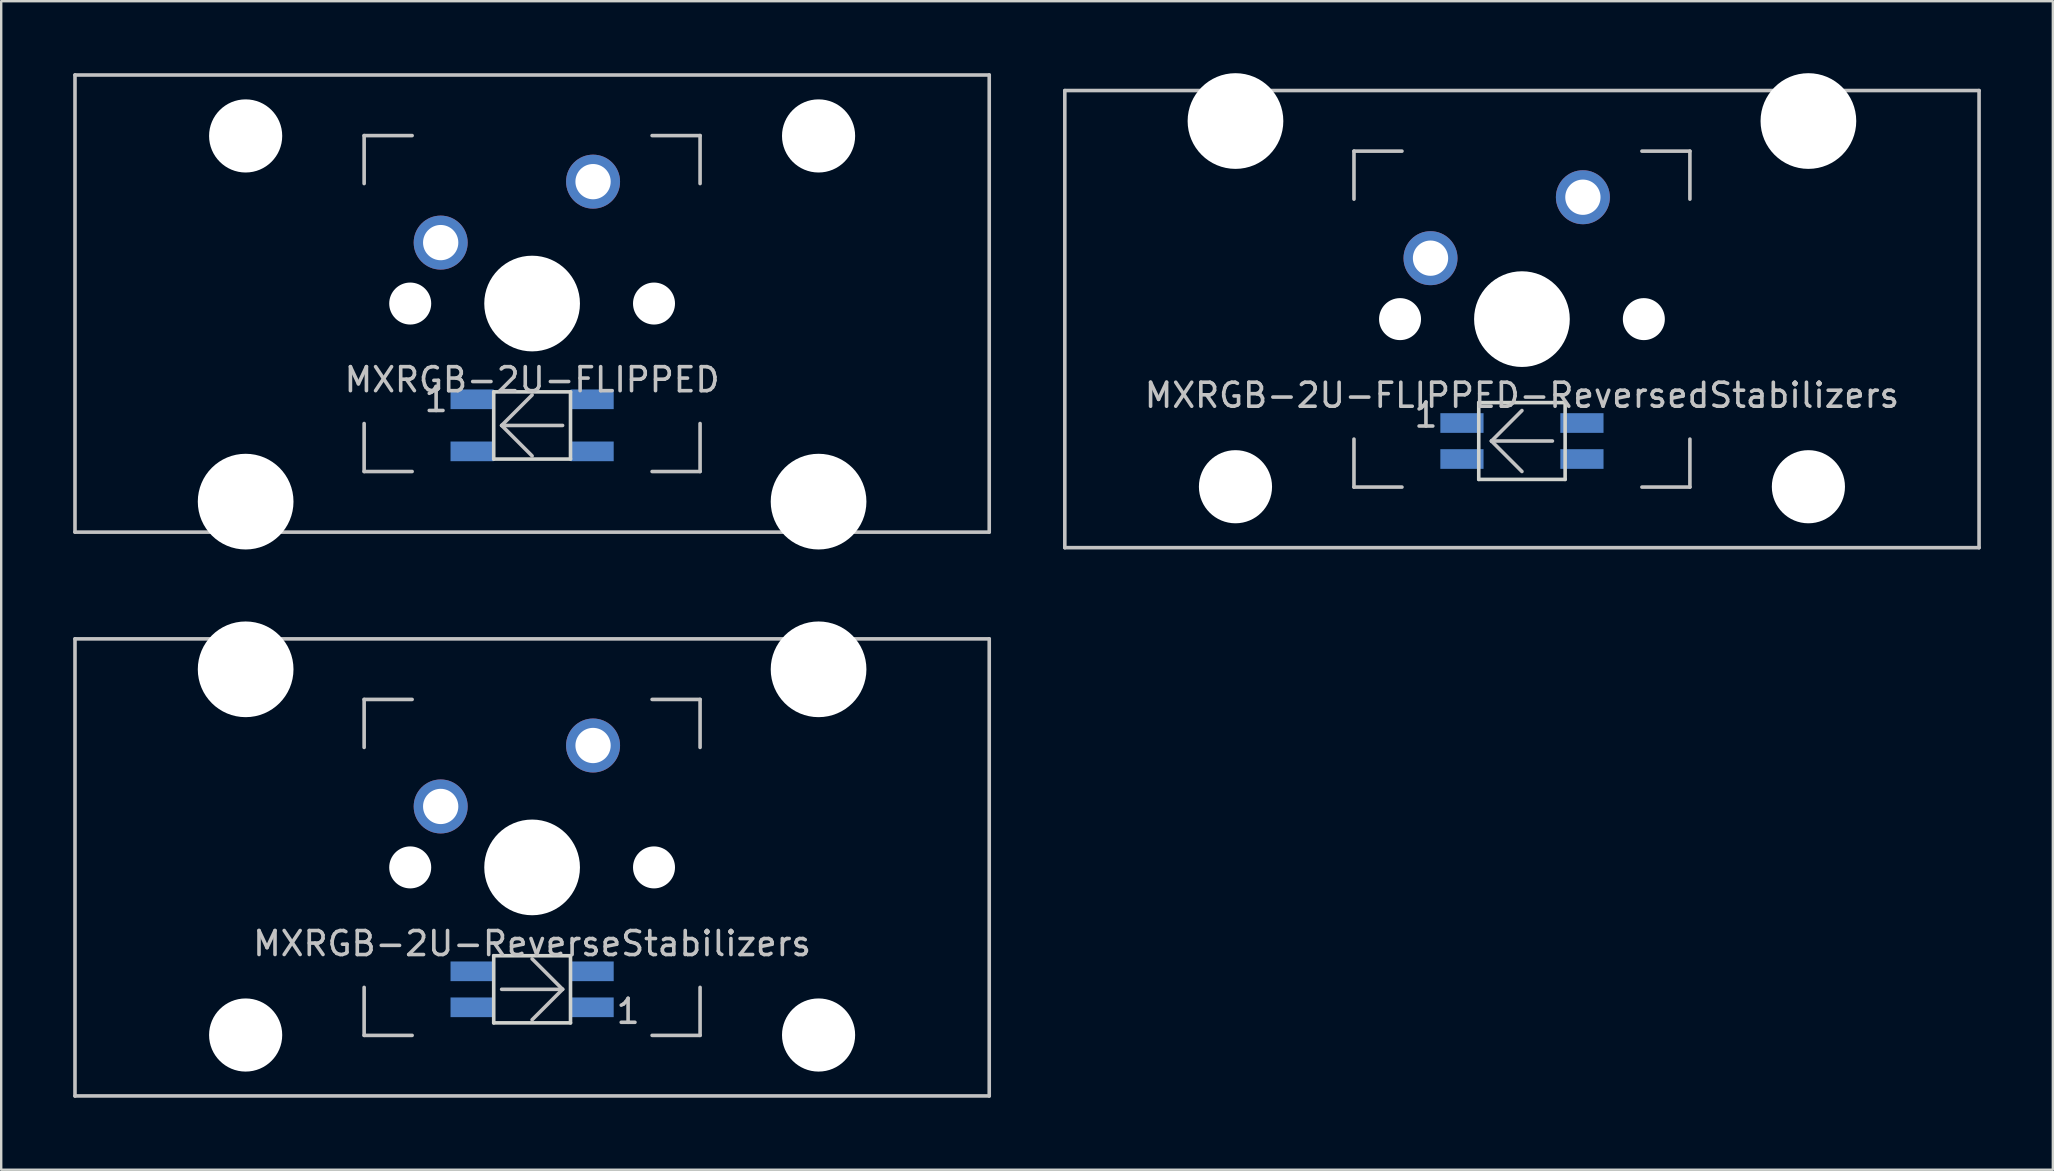
<source format=kicad_pcb>
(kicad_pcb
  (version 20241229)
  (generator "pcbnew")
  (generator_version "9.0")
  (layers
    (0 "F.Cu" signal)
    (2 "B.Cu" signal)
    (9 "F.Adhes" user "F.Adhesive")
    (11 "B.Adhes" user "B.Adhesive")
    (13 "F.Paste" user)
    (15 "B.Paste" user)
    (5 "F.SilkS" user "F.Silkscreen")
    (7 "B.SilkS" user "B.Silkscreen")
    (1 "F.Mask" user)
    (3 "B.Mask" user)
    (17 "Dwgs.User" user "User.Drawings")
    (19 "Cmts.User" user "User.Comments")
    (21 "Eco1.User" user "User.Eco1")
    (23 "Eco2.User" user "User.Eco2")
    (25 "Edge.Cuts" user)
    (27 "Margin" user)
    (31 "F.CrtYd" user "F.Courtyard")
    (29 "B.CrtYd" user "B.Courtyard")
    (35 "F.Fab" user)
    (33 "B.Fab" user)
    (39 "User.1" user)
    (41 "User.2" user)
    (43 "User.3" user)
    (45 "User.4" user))
  (footprint "MXRGB-2U-ReverseStabilizers"
    (layer "F.Cu")
    (at 19.125 33.098)
    (property "Reference" "MXRGB-2U-ReverseStabilizers" (at 0 3.175 0) (layer "Dwgs.User") (effects (font (size 1 1) (thickness 0.15))))
    (attr through_hole)
    (fp_line (start -19.05 -9.525) (end 19.05 -9.525) (stroke (width 0.15) (type solid)) (layer "Dwgs.User"))
    (fp_line (start -19.05 9.525) (end -19.05 -9.525) (stroke (width 0.15) (type solid)) (layer "Dwgs.User"))
    (fp_line (start -19.05 9.525) (end 19.05 9.525) (stroke (width 0.15) (type solid)) (layer "Dwgs.User"))
    (fp_line (start -7 -7) (end -7 -5) (stroke (width 0.15) (type solid)) (layer "Dwgs.User"))
    (fp_line (start -7 5) (end -7 7) (stroke (width 0.15) (type solid)) (layer "Dwgs.User"))
    (fp_line (start -7 7) (end -5 7) (stroke (width 0.15) (type solid)) (layer "Dwgs.User"))
    (fp_line (start -5 -7) (end -7 -7) (stroke (width 0.15) (type solid)) (layer "Dwgs.User"))
    (fp_line (start -1.27 5.08) (end 1.27 5.08) (stroke (width 0.15) (type solid)) (layer "Dwgs.User"))
    (fp_line (start 1.27 5.08) (end 0 3.81) (stroke (width 0.15) (type solid)) (layer "Dwgs.User"))
    (fp_line (start 1.27 5.08) (end 0 6.35) (stroke (width 0.15) (type solid)) (layer "Dwgs.User"))
    (fp_line (start 5 -7) (end 7 -7) (stroke (width 0.15) (type solid)) (layer "Dwgs.User"))
    (fp_line (start 5 7) (end 7 7) (stroke (width 0.15) (type solid)) (layer "Dwgs.User"))
    (fp_line (start 7 -7) (end 7 -5) (stroke (width 0.15) (type solid)) (layer "Dwgs.User"))
    (fp_line (start 7 7) (end 7 5) (stroke (width 0.15) (type solid)) (layer "Dwgs.User"))
    (fp_line (start 19.05 -9.525) (end 19.05 9.525) (stroke (width 0.15) (type solid)) (layer "Dwgs.User"))
    (fp_line (start -1.6 3.68) (end -1.6 6.48) (stroke (width 0.15) (type solid)) (layer "Edge.Cuts"))
    (fp_line (start -1.6 3.68) (end 1.6 3.68) (stroke (width 0.15) (type solid)) (layer "Edge.Cuts"))
    (fp_line (start 1.6 3.68) (end 1.6 6.48) (stroke (width 0.15) (type solid)) (layer "Edge.Cuts"))
    (fp_line (start 1.6 6.48) (end -1.6 6.48) (stroke (width 0.15) (type solid)) (layer "Edge.Cuts"))
    (fp_text user "1" (at 4 6 0) (layer "Dwgs.User") (effects (font (size 1 1) (thickness 0.15))))
    (pad "" np_thru_hole circle (at -11.938 -8.255) (size 3.988 3.988) (drill 3.988) (layers "*.Cu" "*.Mask"))
    (pad "" np_thru_hole circle (at -11.938 6.985) (size 3.048 3.048) (drill 3.048) (layers "*.Cu" "*.Mask"))
    (pad "" np_thru_hole circle (at -5.08 0 48.1) (size 1.75 1.75) (drill 1.75) (layers "*.Cu" "*.Mask"))
    (pad "" np_thru_hole circle (at 0 0) (size 3.988 3.988) (drill 3.988) (layers "*.Cu" "*.Mask"))
    (pad "" np_thru_hole circle (at 5.08 0 48.1) (size 1.75 1.75) (drill 1.75) (layers "*.Cu" "*.Mask"))
    (pad "" np_thru_hole circle (at 11.938 -8.255) (size 3.988 3.988) (drill 3.988) (layers "*.Cu" "*.Mask"))
    (pad "" np_thru_hole circle (at 11.938 6.985) (size 3.048 3.048) (drill 3.048) (layers "*.Cu" "*.Mask"))
    (pad "1" thru_hole circle (at -3.81 -2.54) (size 2.25 2.25) (drill 1.47) (layers "*.Cu" "B.Mask"))
    (pad "2" thru_hole circle (at 2.54 -5.08) (size 2.25 2.25) (drill 1.47) (layers "*.Cu" "B.Mask"))
    (pad "3" smd rect (at 2.5 5.83) (size 1.8 0.82) (layers "B.Cu" "B.Mask" "B.Paste"))
    (pad "4" smd rect (at 2.5 4.33) (size 1.8 0.82) (layers "B.Cu" "B.Mask" "B.Paste"))
    (pad "5" smd rect (at -2.5 4.33) (size 1.8 0.82) (layers "B.Cu" "B.Mask" "B.Paste"))
    (pad "6" smd rect (at -2.5 5.83) (size 1.8 0.82) (layers "B.Cu" "B.Mask" "B.Paste")))
  (footprint "MXRGB-2U-FLIPPED"
    (layer "F.Cu")
    (at 19.125 9.6)
    (property "Reference" "MXRGB-2U-FLIPPED" (at 0 3.175 0) (layer "Dwgs.User") (effects (font (size 1 1) (thickness 0.15))))
    (attr through_hole)
    (fp_line (start -19.05 -9.525) (end 19.05 -9.525) (stroke (width 0.15) (type solid)) (layer "Dwgs.User"))
    (fp_line (start -19.05 9.525) (end -19.05 -9.525) (stroke (width 0.15) (type solid)) (layer "Dwgs.User"))
    (fp_line (start -19.05 9.525) (end 19.05 9.525) (stroke (width 0.15) (type solid)) (layer "Dwgs.User"))
    (fp_line (start -7 -7) (end -7 -5) (stroke (width 0.15) (type solid)) (layer "Dwgs.User"))
    (fp_line (start -7 5) (end -7 7) (stroke (width 0.15) (type solid)) (layer "Dwgs.User"))
    (fp_line (start -7 7) (end -5 7) (stroke (width 0.15) (type solid)) (layer "Dwgs.User"))
    (fp_line (start -5 -7) (end -7 -7) (stroke (width 0.15) (type solid)) (layer "Dwgs.User"))
    (fp_line (start -1.27 5.08) (end 0 3.81) (stroke (width 0.15) (type solid)) (layer "Dwgs.User"))
    (fp_line (start -1.27 5.08) (end 0 6.35) (stroke (width 0.15) (type solid)) (layer "Dwgs.User"))
    (fp_line (start -1.27 5.08) (end 1.27 5.08) (stroke (width 0.15) (type solid)) (layer "Dwgs.User"))
    (fp_line (start 5 -7) (end 7 -7) (stroke (width 0.15) (type solid)) (layer "Dwgs.User"))
    (fp_line (start 5 7) (end 7 7) (stroke (width 0.15) (type solid)) (layer "Dwgs.User"))
    (fp_line (start 7 -7) (end 7 -5) (stroke (width 0.15) (type solid)) (layer "Dwgs.User"))
    (fp_line (start 7 7) (end 7 5) (stroke (width 0.15) (type solid)) (layer "Dwgs.User"))
    (fp_line (start 19.05 -9.525) (end 19.05 9.525) (stroke (width 0.15) (type solid)) (layer "Dwgs.User"))
    (fp_line (start -1.6 3.68) (end -1.6 6.48) (stroke (width 0.15) (type solid)) (layer "Edge.Cuts"))
    (fp_line (start -1.6 3.68) (end 1.6 3.68) (stroke (width 0.15) (type solid)) (layer "Edge.Cuts"))
    (fp_line (start 1.6 3.68) (end 1.6 6.48) (stroke (width 0.15) (type solid)) (layer "Edge.Cuts"))
    (fp_line (start 1.6 6.48) (end -1.6 6.48) (stroke (width 0.15) (type solid)) (layer "Edge.Cuts"))
    (fp_text user "1" (at -4 4 0) (layer "Dwgs.User") (effects (font (size 1 1) (thickness 0.15))))
    (pad "" np_thru_hole circle (at -11.938 -6.985) (size 3.048 3.048) (drill 3.048) (layers "*.Cu" "*.Mask"))
    (pad "" np_thru_hole circle (at -11.938 8.255) (size 3.988 3.988) (drill 3.988) (layers "*.Cu" "*.Mask"))
    (pad "" np_thru_hole circle (at -5.08 0 48.1) (size 1.75 1.75) (drill 1.75) (layers "*.Cu" "*.Mask"))
    (pad "" np_thru_hole circle (at 0 0) (size 3.988 3.988) (drill 3.988) (layers "*.Cu" "*.Mask"))
    (pad "" np_thru_hole circle (at 5.08 0 48.1) (size 1.75 1.75) (drill 1.75) (layers "*.Cu" "*.Mask"))
    (pad "" np_thru_hole circle (at 11.938 -6.985) (size 3.048 3.048) (drill 3.048) (layers "*.Cu" "*.Mask"))
    (pad "" np_thru_hole circle (at 11.938 8.255) (size 3.988 3.988) (drill 3.988) (layers "*.Cu" "*.Mask"))
    (pad "1" thru_hole circle (at -3.81 -2.54) (size 2.25 2.25) (drill 1.47) (layers "*.Cu" "B.Mask"))
    (pad "2" thru_hole circle (at 2.54 -5.08) (size 2.25 2.25) (drill 1.47) (layers "*.Cu" "B.Mask"))
    (pad "3" smd rect (at -2.5 3.99) (size 1.8 0.82) (layers "B.Cu" "B.Mask" "B.Paste"))
    (pad "4" smd rect (at -2.5 6.16) (size 1.8 0.82) (layers "B.Cu" "B.Mask" "B.Paste"))
    (pad "5" smd rect (at 2.5 6.16) (size 1.8 0.82) (layers "B.Cu" "B.Mask" "B.Paste"))
    (pad "6" smd rect (at 2.5 3.99) (size 1.8 0.82) (layers "B.Cu" "B.Mask" "B.Paste")))
  (footprint "MXRGB-2U-FLIPPED-ReversedStabilizers"
    (layer "F.Cu")
    (at 60.375 10.249)
    (property "Reference" "MXRGB-2U-FLIPPED-ReversedStabilizers" (at 0 3.175 0) (layer "Dwgs.User") (effects (font (size 1 1) (thickness 0.15))))
    (attr through_hole)
    (fp_line (start -19.05 -9.525) (end 19.05 -9.525) (stroke (width 0.15) (type solid)) (layer "Dwgs.User"))
    (fp_line (start -19.05 9.525) (end -19.05 -9.525) (stroke (width 0.15) (type solid)) (layer "Dwgs.User"))
    (fp_line (start -19.05 9.525) (end 19.05 9.525) (stroke (width 0.15) (type solid)) (layer "Dwgs.User"))
    (fp_line (start -7 -7) (end -7 -5) (stroke (width 0.15) (type solid)) (layer "Dwgs.User"))
    (fp_line (start -7 5) (end -7 7) (stroke (width 0.15) (type solid)) (layer "Dwgs.User"))
    (fp_line (start -7 7) (end -5 7) (stroke (width 0.15) (type solid)) (layer "Dwgs.User"))
    (fp_line (start -5 -7) (end -7 -7) (stroke (width 0.15) (type solid)) (layer "Dwgs.User"))
    (fp_line (start -1.27 5.08) (end 0 3.81) (stroke (width 0.15) (type solid)) (layer "Dwgs.User"))
    (fp_line (start -1.27 5.08) (end 0 6.35) (stroke (width 0.15) (type solid)) (layer "Dwgs.User"))
    (fp_line (start -1.27 5.08) (end 1.27 5.08) (stroke (width 0.15) (type solid)) (layer "Dwgs.User"))
    (fp_line (start 5 -7) (end 7 -7) (stroke (width 0.15) (type solid)) (layer "Dwgs.User"))
    (fp_line (start 5 7) (end 7 7) (stroke (width 0.15) (type solid)) (layer "Dwgs.User"))
    (fp_line (start 7 -7) (end 7 -5) (stroke (width 0.15) (type solid)) (layer "Dwgs.User"))
    (fp_line (start 7 7) (end 7 5) (stroke (width 0.15) (type solid)) (layer "Dwgs.User"))
    (fp_line (start 19.05 -9.525) (end 19.05 9.525) (stroke (width 0.15) (type solid)) (layer "Dwgs.User"))
    (fp_line (start -1.8 3.48) (end -1.8 6.68) (stroke (width 0.15) (type solid)) (layer "Edge.Cuts"))
    (fp_line (start -1.8 3.48) (end 1.8 3.48) (stroke (width 0.15) (type solid)) (layer "Edge.Cuts"))
    (fp_line (start 1.8 3.48) (end 1.8 6.68) (stroke (width 0.15) (type solid)) (layer "Edge.Cuts"))
    (fp_line (start 1.8 6.68) (end -1.8 6.68) (stroke (width 0.15) (type solid)) (layer "Edge.Cuts"))
    (fp_text user "1" (at -4 4 0) (layer "Dwgs.User") (effects (font (size 1 1) (thickness 0.15))))
    (pad "" np_thru_hole circle (at -11.938 -8.255) (size 3.988 3.988) (drill 3.988) (layers "*.Cu" "*.Mask"))
    (pad "" np_thru_hole circle (at -11.938 6.985) (size 3.048 3.048) (drill 3.048) (layers "*.Cu" "*.Mask"))
    (pad "" np_thru_hole circle (at -5.08 0 48.1) (size 1.75 1.75) (drill 1.75) (layers "*.Cu" "*.Mask"))
    (pad "" np_thru_hole circle (at 0 0) (size 3.988 3.988) (drill 3.988) (layers "*.Cu" "*.Mask"))
    (pad "" np_thru_hole circle (at 5.08 0 48.1) (size 1.75 1.75) (drill 1.75) (layers "*.Cu" "*.Mask"))
    (pad "" np_thru_hole circle (at 11.938 -8.255) (size 3.988 3.988) (drill 3.988) (layers "*.Cu" "*.Mask"))
    (pad "" np_thru_hole circle (at 11.938 6.985) (size 3.048 3.048) (drill 3.048) (layers "*.Cu" "*.Mask"))
    (pad "1" thru_hole circle (at -3.81 -2.54) (size 2.25 2.25) (drill 1.47) (layers "*.Cu" "B.Mask"))
    (pad "2" thru_hole circle (at 2.54 -5.08) (size 2.25 2.25) (drill 1.47) (layers "*.Cu" "B.Mask"))
    (pad "3" smd rect (at -2.5 4.33) (size 1.8 0.82) (layers "B.Cu" "B.Mask" "B.Paste"))
    (pad "4" smd rect (at -2.5 5.83) (size 1.8 0.82) (layers "B.Cu" "B.Mask" "B.Paste"))
    (pad "5" smd rect (at 2.5 5.83) (size 1.8 0.82) (layers "B.Cu" "B.Mask" "B.Paste"))
    (pad "6" smd rect (at 2.5 4.33) (size 1.8 0.82) (layers "B.Cu" "B.Mask" "B.Paste")))
  (gr_rect
    (start -3 -3)
    (end 82.5 45.698)
    (stroke (width 0.1) (type default))
    (fill no)
    (layer "Edge.Cuts")))
</source>
